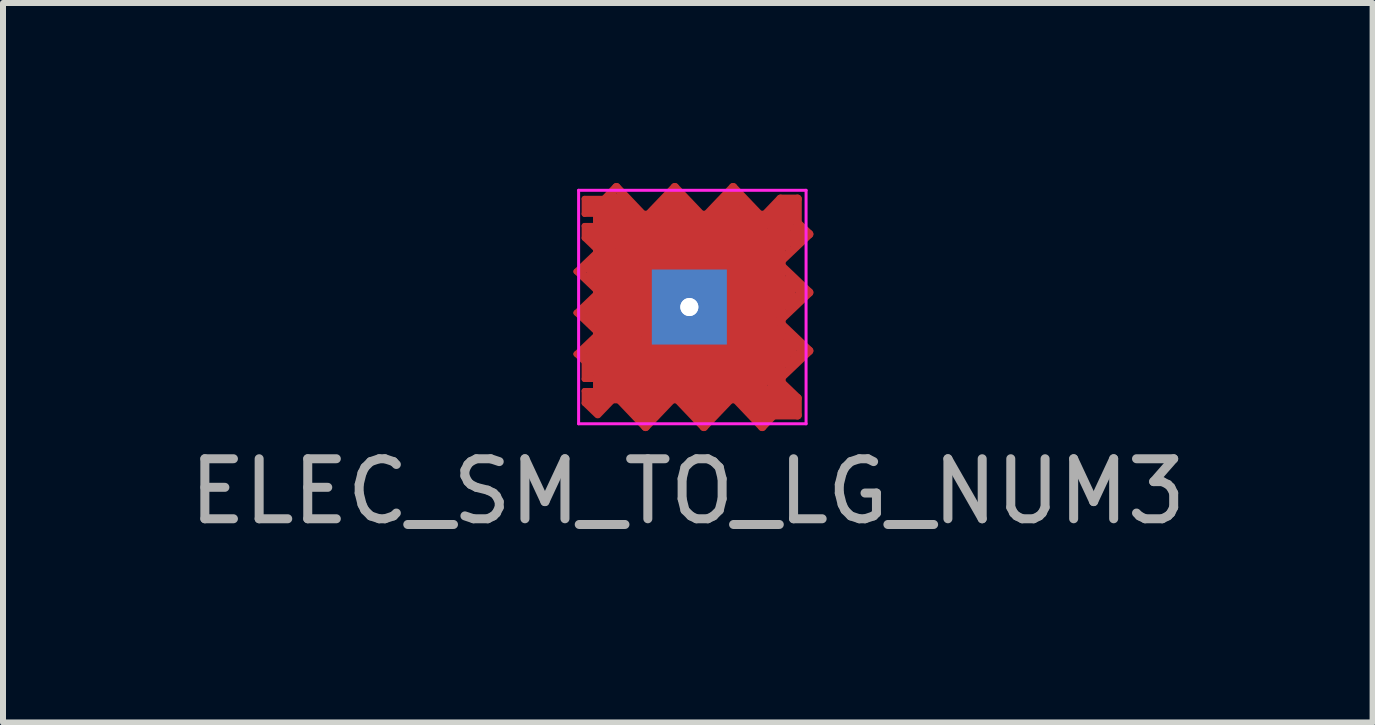
<source format=kicad_pcb>
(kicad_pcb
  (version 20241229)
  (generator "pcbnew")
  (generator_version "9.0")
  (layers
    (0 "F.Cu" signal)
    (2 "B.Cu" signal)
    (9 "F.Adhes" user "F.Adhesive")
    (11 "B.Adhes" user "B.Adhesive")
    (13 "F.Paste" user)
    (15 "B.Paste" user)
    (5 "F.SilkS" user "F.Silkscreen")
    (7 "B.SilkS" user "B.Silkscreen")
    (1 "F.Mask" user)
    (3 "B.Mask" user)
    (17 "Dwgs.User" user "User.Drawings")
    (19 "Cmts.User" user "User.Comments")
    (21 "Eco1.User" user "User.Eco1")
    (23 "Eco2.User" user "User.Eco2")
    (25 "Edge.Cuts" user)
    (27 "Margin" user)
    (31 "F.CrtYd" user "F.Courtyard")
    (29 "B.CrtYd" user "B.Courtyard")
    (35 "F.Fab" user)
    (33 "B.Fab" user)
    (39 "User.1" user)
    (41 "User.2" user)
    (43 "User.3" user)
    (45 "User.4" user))
  (footprint "ELEC_SM_TO_LG_NUM3"
    (layer "F.Cu")
    (at 8.436 2.066)
    (property "Reference" "ELEC_SM_TO_LG_NUM3" (at -0.025 3.073 0) (layer "F.Fab") (effects (font (size 1 1) (thickness 0.15))))
    (attr through_hole)
    (fp_line (start -1.881 -0.592) (end -1.521 -0.935) (stroke (width 0.1) (type solid)) (layer "F.Cu"))
    (fp_line (start -1.881 0.096) (end -1.521 -0.248) (stroke (width 0.1) (type solid)) (layer "F.Cu"))
    (fp_line (start -1.881 0.783) (end -1.745 0.913) (stroke (width 0.1) (type solid)) (layer "F.Cu"))
    (fp_line (start -1.881 0.783) (end -1.521 0.44) (stroke (width 0.1) (type solid)) (layer "F.Cu"))
    (fp_line (start -1.803 -0.584) (end -1.702 -0.66) (stroke (width 0.12) (type solid)) (layer "F.Cu"))
    (fp_line (start -1.803 0.102) (end -1.676 0.025) (stroke (width 0.12) (type solid)) (layer "F.Cu"))
    (fp_line (start -1.778 0.762) (end -1.727 0.864) (stroke (width 0.12) (type solid)) (layer "F.Cu"))
    (fp_line (start -1.745 -1.803) (end -1.745 -1.552) (stroke (width 0.1) (type solid)) (layer "F.Cu"))
    (fp_line (start -1.745 -1.803) (end -1.399 -1.803) (stroke (width 0.1) (type solid)) (layer "F.Cu"))
    (fp_line (start -1.745 -1.552) (end -1.544 -1.552) (stroke (width 0.1) (type solid)) (layer "F.Cu"))
    (fp_line (start -1.745 -1.351) (end -1.544 -1.351) (stroke (width 0.1) (type solid)) (layer "F.Cu"))
    (fp_line (start -1.745 -1.151) (end -1.745 -1.351) (stroke (width 0.1) (type solid)) (layer "F.Cu"))
    (fp_line (start -1.745 -1.151) (end -1.521 -0.935) (stroke (width 0.1) (type solid)) (layer "F.Cu"))
    (fp_line (start -1.745 0.913) (end -1.745 1.199) (stroke (width 0.1) (type solid)) (layer "F.Cu"))
    (fp_line (start -1.745 1.199) (end -1.544 1.199) (stroke (width 0.1) (type solid)) (layer "F.Cu"))
    (fp_line (start -1.745 1.399) (end -1.544 1.399) (stroke (width 0.1) (type solid)) (layer "F.Cu"))
    (fp_line (start -1.745 1.6) (end -1.745 1.399) (stroke (width 0.1) (type solid)) (layer "F.Cu"))
    (fp_line (start -1.745 1.6) (end -1.534 1.803) (stroke (width 0.1) (type solid)) (layer "F.Cu"))
    (fp_line (start -1.676 -1.753) (end -1.067 -1.753) (stroke (width 0.12) (type solid)) (layer "F.Cu"))
    (fp_line (start -1.676 -1.651) (end -1.676 -1.753) (stroke (width 0.12) (type solid)) (layer "F.Cu"))
    (fp_line (start -1.651 -1.295) (end -1.651 -1.118) (stroke (width 0.12) (type solid)) (layer "F.Cu"))
    (fp_line (start -1.651 -0.762) (end -1.651 -0.432) (stroke (width 0.12) (type solid)) (layer "F.Cu"))
    (fp_line (start -1.651 -0.432) (end -1.803 -0.584) (stroke (width 0.12) (type solid)) (layer "F.Cu"))
    (fp_line (start -1.651 -0.076) (end -1.651 0.254) (stroke (width 0.12) (type solid)) (layer "F.Cu"))
    (fp_line (start -1.651 0.254) (end -1.803 0.102) (stroke (width 0.12) (type solid)) (layer "F.Cu"))
    (fp_line (start -1.651 0.61) (end -1.778 0.762) (stroke (width 0.12) (type solid)) (layer "F.Cu"))
    (fp_line (start -1.651 1.118) (end -1.651 0.61) (stroke (width 0.12) (type solid)) (layer "F.Cu"))
    (fp_line (start -1.651 1.448) (end -1.651 1.626) (stroke (width 0.12) (type solid)) (layer "F.Cu"))
    (fp_line (start -1.651 1.626) (end -1.422 1.626) (stroke (width 0.12) (type solid)) (layer "F.Cu"))
    (fp_line (start -1.549 1.6) (end -1.626 1.499) (stroke (width 0.1) (type solid)) (layer "F.Cu"))
    (fp_line (start -1.521 -0.248) (end -1.881 -0.592) (stroke (width 0.1) (type solid)) (layer "F.Cu"))
    (fp_line (start -1.521 0.44) (end -1.881 0.096) (stroke (width 0.1) (type solid)) (layer "F.Cu"))
    (fp_line (start -1.455 -1.655) (end -1.455 1.455) (stroke (width 0.3) (type solid)) (layer "F.Cu"))
    (fp_line (start -1.455 -1.455) (end 1.5 -1.455) (stroke (width 0.3) (type solid)) (layer "F.Cu"))
    (fp_line (start -1.422 1.626) (end -1.549 1.702) (stroke (width 0.12) (type solid)) (layer "F.Cu"))
    (fp_line (start -1.215 -1.996) (end -1.399 -1.803) (stroke (width 0.141) (type solid)) (layer "F.Cu"))
    (fp_line (start -1.215 1.486) (end -1.519 1.803) (stroke (width 0.1) (type solid)) (layer "F.Cu"))
    (fp_line (start -1.194 -1.118) (end 1.143 -1.118) (stroke (width 0.5) (type solid)) (layer "F.Cu"))
    (fp_line (start -1.194 1.168) (end -1.168 -0.737) (stroke (width 0.5) (type solid)) (layer "F.Cu"))
    (fp_line (start -1.168 -0.737) (end 0.762 -0.737) (stroke (width 0.5) (type solid)) (layer "F.Cu"))
    (fp_line (start -1.067 -1.753) (end -1.27 -1.854) (stroke (width 0.12) (type solid)) (layer "F.Cu"))
    (fp_line (start -1.001 1.638) (end -0.495 1.638) (stroke (width 0.12) (type solid)) (layer "F.Cu"))
    (fp_line (start -0.965 -1.651) (end -1.676 -1.651) (stroke (width 0.12) (type solid)) (layer "F.Cu"))
    (fp_line (start -0.876 1.712) (end -0.688 1.722) (stroke (width 0.12) (type solid)) (layer "F.Cu"))
    (fp_line (start -0.787 0.737) (end -0.787 -0.483) (stroke (width 0.5) (type solid)) (layer "F.Cu"))
    (fp_line (start -0.729 1.996) (end -1.215 1.486) (stroke (width 0.141) (type solid)) (layer "F.Cu"))
    (fp_line (start -0.729 1.841) (end -0.876 1.712) (stroke (width 0.12) (type solid)) (layer "F.Cu"))
    (fp_line (start -0.729 -1.486) (end -1.214 -1.996) (stroke (width 0.141) (type solid)) (layer "F.Cu"))
    (fp_line (start -0.513 -1.646) (end 0.003 -1.646) (stroke (width 0.12) (type solid)) (layer "F.Cu"))
    (fp_line (start -0.495 1.638) (end -0.729 1.841) (stroke (width 0.12) (type solid)) (layer "F.Cu"))
    (fp_line (start -0.406 -1.74) (end -0.17 -1.75) (stroke (width 0.12) (type solid)) (layer "F.Cu"))
    (fp_line (start -0.249 -1.88) (end -0.406 -1.74) (stroke (width 0.12) (type solid)) (layer "F.Cu"))
    (fp_line (start -0.243 1.486) (end -0.729 1.996) (stroke (width 0.141) (type solid)) (layer "F.Cu"))
    (fp_line (start -0.242 -1.996) (end -0.729 -1.486) (stroke (width 0.141) (type solid)) (layer "F.Cu"))
    (fp_line (start -0.025 1.646) (end 0.48 1.648) (stroke (width 0.12) (type solid)) (layer "F.Cu"))
    (fp_line (start 0.003 -1.646) (end -0.249 -1.88) (stroke (width 0.12) (type solid)) (layer "F.Cu"))
    (fp_line (start 0.104 1.73) (end 0.287 1.714) (stroke (width 0.12) (type solid)) (layer "F.Cu"))
    (fp_line (start 0.241 1.836) (end 0.104 1.73) (stroke (width 0.12) (type solid)) (layer "F.Cu"))
    (fp_line (start 0.242 1.996) (end -0.243 1.486) (stroke (width 0.141) (type solid)) (layer "F.Cu"))
    (fp_line (start 0.243 -1.486) (end -0.242 -1.996) (stroke (width 0.141) (type solid)) (layer "F.Cu"))
    (fp_line (start 0.462 -1.643) (end 0.993 -1.643) (stroke (width 0.12) (type solid)) (layer "F.Cu"))
    (fp_line (start 0.48 1.648) (end 0.241 1.836) (stroke (width 0.12) (type solid)) (layer "F.Cu"))
    (fp_line (start 0.572 -1.732) (end 0.81 -1.745) (stroke (width 0.12) (type solid)) (layer "F.Cu"))
    (fp_line (start 0.729 1.486) (end 0.242 1.996) (stroke (width 0.141) (type solid)) (layer "F.Cu"))
    (fp_line (start 0.729 -1.862) (end 0.572 -1.732) (stroke (width 0.12) (type solid)) (layer "F.Cu"))
    (fp_line (start 0.729 -1.996) (end 0.243 -1.486) (stroke (width 0.141) (type solid)) (layer "F.Cu"))
    (fp_line (start 0.762 -0.737) (end 0.762 0.737) (stroke (width 0.5) (type solid)) (layer "F.Cu"))
    (fp_line (start 0.762 0.737) (end -0.787 0.737) (stroke (width 0.5) (type solid)) (layer "F.Cu"))
    (fp_line (start 0.968 1.643) (end 1.384 1.646) (stroke (width 0.12) (type solid)) (layer "F.Cu"))
    (fp_line (start 0.993 -1.643) (end 0.729 -1.862) (stroke (width 0.12) (type solid)) (layer "F.Cu"))
    (fp_line (start 1.069 1.714) (end 1.227 1.709) (stroke (width 0.12) (type solid)) (layer "F.Cu"))
    (fp_line (start 1.092 1.168) (end -1.194 1.168) (stroke (width 0.5) (type solid)) (layer "F.Cu"))
    (fp_line (start 1.143 -1.118) (end 1.092 1.168) (stroke (width 0.5) (type solid)) (layer "F.Cu"))
    (fp_line (start 1.214 1.996) (end 0.729 1.486) (stroke (width 0.141) (type solid)) (layer "F.Cu"))
    (fp_line (start 1.215 -1.486) (end 0.729 -1.996) (stroke (width 0.141) (type solid)) (layer "F.Cu"))
    (fp_line (start 1.219 1.834) (end 1.069 1.714) (stroke (width 0.12) (type solid)) (layer "F.Cu"))
    (fp_line (start 1.384 1.646) (end 1.219 1.834) (stroke (width 0.12) (type solid)) (layer "F.Cu"))
    (fp_line (start 1.398 1.803) (end 1.214 1.996) (stroke (width 0.141) (type solid)) (layer "F.Cu"))
    (fp_line (start 1.399 1.803) (end 1.803 1.803) (stroke (width 0.141) (type solid)) (layer "F.Cu"))
    (fp_line (start 1.4 1.692) (end 1.704 1.692) (stroke (width 0.12) (type solid)) (layer "F.Cu"))
    (fp_line (start 1.455 -1.455) (end 1.455 1.455) (stroke (width 0.3) (type solid)) (layer "F.Cu"))
    (fp_line (start 1.455 1.455) (end -1.455 1.455) (stroke (width 0.3) (type solid)) (layer "F.Cu"))
    (fp_line (start 1.473 -1.615) (end 1.56 -1.697) (stroke (width 0.12) (type solid)) (layer "F.Cu"))
    (fp_line (start 1.486 -0.729) (end 1.996 -0.243) (stroke (width 0.141) (type solid)) (layer "F.Cu"))
    (fp_line (start 1.486 0.243) (end 1.996 0.729) (stroke (width 0.141) (type solid)) (layer "F.Cu"))
    (fp_line (start 1.486 1.215) (end 1.803 1.519) (stroke (width 0.141) (type solid)) (layer "F.Cu"))
    (fp_line (start 1.519 -1.803) (end 1.215 -1.486) (stroke (width 0.141) (type solid)) (layer "F.Cu"))
    (fp_line (start 1.56 -1.697) (end 1.702 -1.694) (stroke (width 0.12) (type solid)) (layer "F.Cu"))
    (fp_line (start 1.628 -1.377) (end 1.877 -1.224) (stroke (width 0.12) (type solid)) (layer "F.Cu"))
    (fp_line (start 1.628 -0.993) (end 1.628 -1.377) (stroke (width 0.12) (type solid)) (layer "F.Cu"))
    (fp_line (start 1.628 0.953) (end 1.872 0.724) (stroke (width 0.12) (type solid)) (layer "F.Cu"))
    (fp_line (start 1.628 1.463) (end 1.628 1.605) (stroke (width 0.12) (type solid)) (layer "F.Cu"))
    (fp_line (start 1.628 1.605) (end 1.443 1.6) (stroke (width 0.12) (type solid)) (layer "F.Cu"))
    (fp_line (start 1.633 0.488) (end 1.628 0.953) (stroke (width 0.12) (type solid)) (layer "F.Cu"))
    (fp_line (start 1.636 -1.613) (end 1.473 -1.615) (stroke (width 0.12) (type solid)) (layer "F.Cu"))
    (fp_line (start 1.636 -1.44) (end 1.636 -1.613) (stroke (width 0.12) (type solid)) (layer "F.Cu"))
    (fp_line (start 1.643 -0.475) (end 1.643 -0.005) (stroke (width 0.12) (type solid)) (layer "F.Cu"))
    (fp_line (start 1.643 -0.005) (end 1.857 -0.246) (stroke (width 0.12) (type solid)) (layer "F.Cu"))
    (fp_line (start 1.697 -1.074) (end 1.72 -1.229) (stroke (width 0.12) (type solid)) (layer "F.Cu"))
    (fp_line (start 1.702 -1.694) (end 1.707 -1.427) (stroke (width 0.12) (type solid)) (layer "F.Cu"))
    (fp_line (start 1.704 1.547) (end 1.628 1.463) (stroke (width 0.12) (type solid)) (layer "F.Cu"))
    (fp_line (start 1.704 1.692) (end 1.704 1.547) (stroke (width 0.12) (type solid)) (layer "F.Cu"))
    (fp_line (start 1.712 -0.384) (end 1.714 -0.175) (stroke (width 0.12) (type solid)) (layer "F.Cu"))
    (fp_line (start 1.717 0.579) (end 1.732 0.79) (stroke (width 0.12) (type solid)) (layer "F.Cu"))
    (fp_line (start 1.803 -1.803) (end 1.519 -1.803) (stroke (width 0.141) (type solid)) (layer "F.Cu"))
    (fp_line (start 1.803 -1.803) (end 1.803 -1.399) (stroke (width 0.141) (type solid)) (layer "F.Cu"))
    (fp_line (start 1.803 -1.399) (end 1.996 -1.215) (stroke (width 0.141) (type solid)) (layer "F.Cu"))
    (fp_line (start 1.803 1.803) (end 1.803 1.519) (stroke (width 0.141) (type solid)) (layer "F.Cu"))
    (fp_line (start 1.857 -0.246) (end 1.712 -0.384) (stroke (width 0.12) (type solid)) (layer "F.Cu"))
    (fp_line (start 1.872 0.724) (end 1.717 0.579) (stroke (width 0.12) (type solid)) (layer "F.Cu"))
    (fp_line (start 1.877 -1.224) (end 1.697 -1.074) (stroke (width 0.12) (type solid)) (layer "F.Cu"))
    (fp_line (start 1.996 -1.215) (end 1.486 -0.729) (stroke (width 0.141) (type solid)) (layer "F.Cu"))
    (fp_line (start 1.996 -0.243) (end 1.486 0.243) (stroke (width 0.141) (type solid)) (layer "F.Cu"))
    (fp_line (start 1.996 0.729) (end 1.486 1.215) (stroke (width 0.141) (type solid)) (layer "F.Cu"))
    (fp_line (start -1.845 -1.945) (end -1.845 1.945) (stroke (width 0.05) (type solid)) (layer "F.CrtYd"))
    (fp_line (start -1.845 -1.945) (end 1.945 -1.945) (stroke (width 0.05) (type solid)) (layer "F.CrtYd"))
    (fp_line (start -1.845 1.945) (end 1.945 1.945) (stroke (width 0.05) (type solid)) (layer "F.CrtYd"))
    (fp_line (start 1.945 -1.945) (end 1.945 1.945) (stroke (width 0.05) (type solid)) (layer "F.CrtYd"))
    (pad "1" thru_hole circle (at 0 0) (size 0.605 0.605) (drill 0.3) (layers "*.Cu" "*.Mask"))
    (pad "1" thru_hole rect (at 0 0) (size 1.25 1.25) (drill 0.3) (layers "F.Cu" "F.Mask")))
  (gr_rect
    (start -3 -3)
    (end 19.821 8.988)
    (stroke (width 0.1) (type default))
    (fill no)
    (layer "Edge.Cuts")))
</source>
